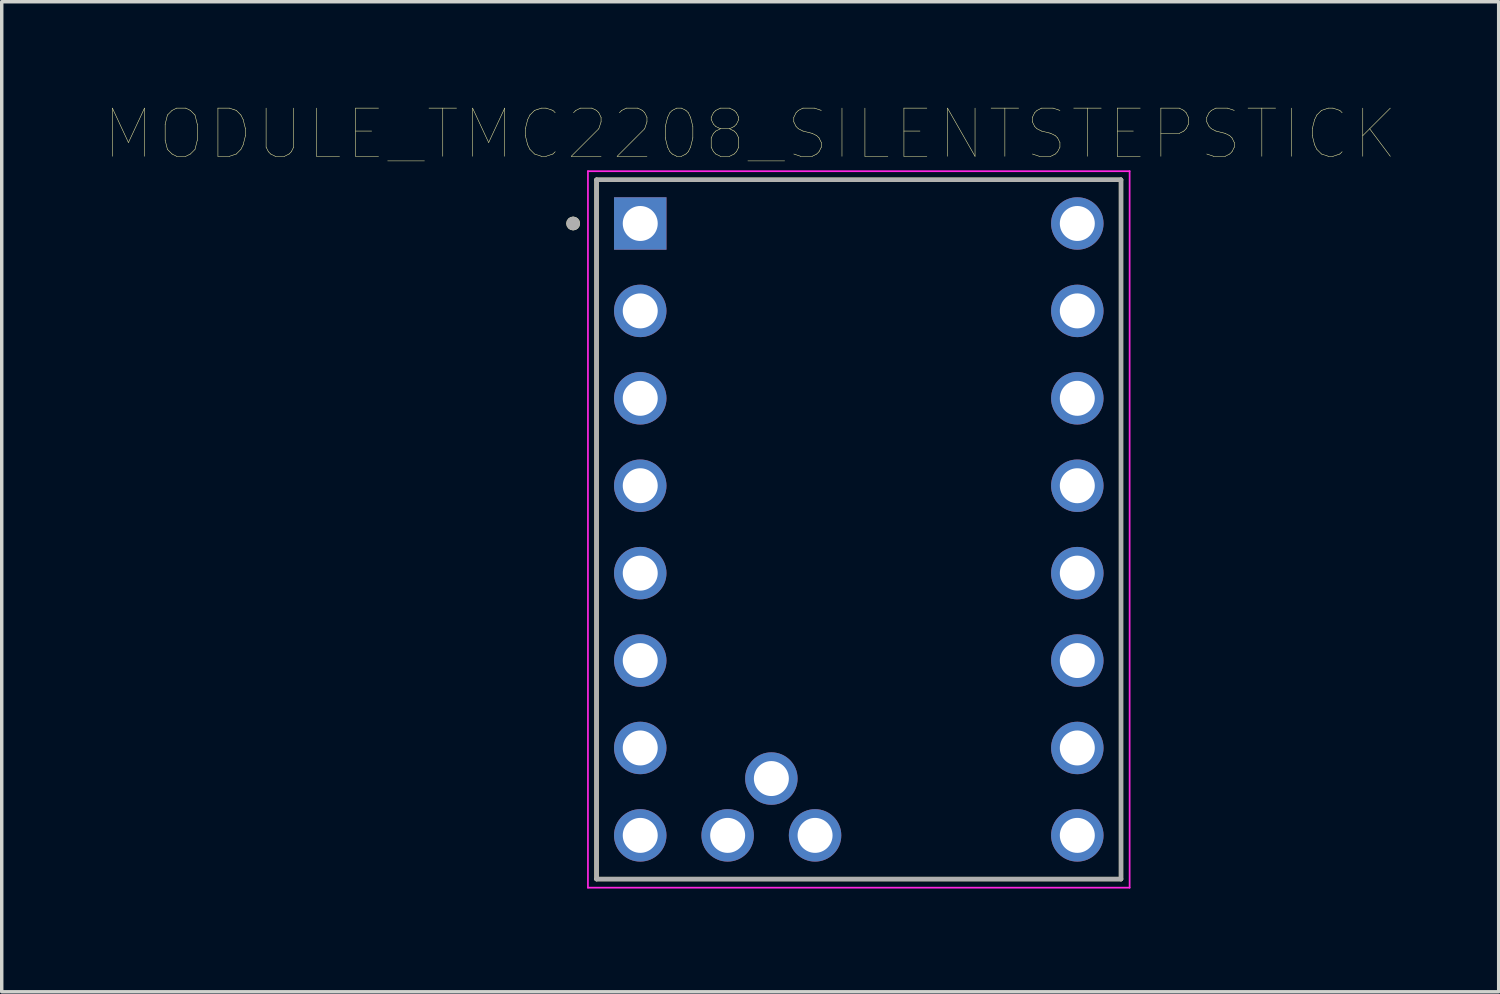
<source format=kicad_pcb>
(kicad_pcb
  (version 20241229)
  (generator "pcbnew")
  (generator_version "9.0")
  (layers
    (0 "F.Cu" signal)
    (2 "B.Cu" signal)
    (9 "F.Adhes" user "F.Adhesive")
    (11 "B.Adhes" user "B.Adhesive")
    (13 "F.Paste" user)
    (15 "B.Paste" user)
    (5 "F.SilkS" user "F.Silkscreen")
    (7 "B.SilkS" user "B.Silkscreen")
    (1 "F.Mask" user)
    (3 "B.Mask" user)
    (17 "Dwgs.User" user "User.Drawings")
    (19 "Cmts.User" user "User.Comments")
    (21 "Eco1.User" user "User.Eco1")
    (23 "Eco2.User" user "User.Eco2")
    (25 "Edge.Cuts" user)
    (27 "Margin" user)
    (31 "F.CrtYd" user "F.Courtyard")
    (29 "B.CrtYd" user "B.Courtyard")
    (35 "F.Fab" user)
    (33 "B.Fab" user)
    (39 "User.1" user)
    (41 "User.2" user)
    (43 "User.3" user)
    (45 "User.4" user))
  (footprint "MODULE_TMC2208_SILENTSTEPSTICK"
    (layer "F.Cu")
    (at 21.904 12.334)
    (property "Reference" "MODULE_TMC2208_SILENTSTEPSTICK" (at -3.155 -11.489 0) (layer "F.SilkS") (effects (font (size 1.4 1.4) (thickness 0.015))))
    (attr through_hole)
    (fp_line (start -7.62 -10.16) (end -7.62 10.16) (stroke (width 0.127) (type solid)) (layer "F.SilkS"))
    (fp_line (start -7.62 10.16) (end 7.62 10.16) (stroke (width 0.127) (type solid)) (layer "F.SilkS"))
    (fp_line (start 7.62 -10.16) (end -7.62 -10.16) (stroke (width 0.127) (type solid)) (layer "F.SilkS"))
    (fp_line (start 7.62 10.16) (end 7.62 -10.16) (stroke (width 0.127) (type solid)) (layer "F.SilkS"))
    (fp_circle (center -8.3 -8.89) (end -8.2 -8.89) (stroke (width 0.2) (type solid)) (fill no) (layer "F.SilkS"))
    (fp_line (start -7.87 -10.41) (end -7.87 10.41) (stroke (width 0.05) (type solid)) (layer "F.CrtYd"))
    (fp_line (start -7.87 -10.41) (end 7.87 -10.41) (stroke (width 0.05) (type solid)) (layer "F.CrtYd"))
    (fp_line (start -7.87 10.41) (end 7.87 10.41) (stroke (width 0.05) (type solid)) (layer "F.CrtYd"))
    (fp_line (start 7.87 -10.41) (end 7.87 10.41) (stroke (width 0.05) (type solid)) (layer "F.CrtYd"))
    (fp_line (start -7.62 -10.16) (end -7.62 10.16) (stroke (width 0.127) (type solid)) (layer "F.Fab"))
    (fp_line (start -7.62 10.16) (end 7.62 10.16) (stroke (width 0.127) (type solid)) (layer "F.Fab"))
    (fp_line (start 7.62 -10.16) (end -7.62 -10.16) (stroke (width 0.127) (type solid)) (layer "F.Fab"))
    (fp_line (start 7.62 10.16) (end 7.62 -10.16) (stroke (width 0.127) (type solid)) (layer "F.Fab"))
    (fp_circle (center -8.3 -8.89) (end -8.2 -8.89) (stroke (width 0.2) (type solid)) (fill no) (layer "F.Fab"))
    (pad "JP1_1" thru_hole rect (at -6.35 -8.89) (size 1.524 1.524) (drill 1.016) (layers "*.Cu" "*.Mask"))
    (pad "JP1_2" thru_hole circle (at -6.35 -6.35) (size 1.524 1.524) (drill 1.016) (layers "*.Cu" "*.Mask"))
    (pad "JP1_3" thru_hole circle (at -6.35 -3.81) (size 1.524 1.524) (drill 1.016) (layers "*.Cu" "*.Mask"))
    (pad "JP1_4" thru_hole circle (at -6.35 -1.27) (size 1.524 1.524) (drill 1.016) (layers "*.Cu" "*.Mask"))
    (pad "JP1_5" thru_hole circle (at -6.35 1.27) (size 1.524 1.524) (drill 1.016) (layers "*.Cu" "*.Mask"))
    (pad "JP1_6" thru_hole circle (at -6.35 3.81) (size 1.524 1.524) (drill 1.016) (layers "*.Cu" "*.Mask"))
    (pad "JP1_7" thru_hole circle (at -6.35 6.35) (size 1.524 1.524) (drill 1.016) (layers "*.Cu" "*.Mask"))
    (pad "JP1_8" thru_hole circle (at -6.35 8.89) (size 1.524 1.524) (drill 1.016) (layers "*.Cu" "*.Mask"))
    (pad "JP2_1" thru_hole circle (at 6.35 8.89) (size 1.524 1.524) (drill 1.016) (layers "*.Cu" "*.Mask"))
    (pad "JP2_2" thru_hole circle (at 6.35 6.35) (size 1.524 1.524) (drill 1.016) (layers "*.Cu" "*.Mask"))
    (pad "JP2_3" thru_hole circle (at 6.35 3.81) (size 1.524 1.524) (drill 1.016) (layers "*.Cu" "*.Mask"))
    (pad "JP2_4" thru_hole circle (at 6.35 1.27) (size 1.524 1.524) (drill 1.016) (layers "*.Cu" "*.Mask"))
    (pad "JP2_5" thru_hole circle (at 6.35 -1.27) (size 1.524 1.524) (drill 1.016) (layers "*.Cu" "*.Mask"))
    (pad "JP2_6" thru_hole circle (at 6.35 -3.81) (size 1.524 1.524) (drill 1.016) (layers "*.Cu" "*.Mask"))
    (pad "JP2_7" thru_hole circle (at 6.35 -6.35) (size 1.524 1.524) (drill 1.016) (layers "*.Cu" "*.Mask"))
    (pad "JP2_8" thru_hole circle (at 6.35 -8.89) (size 1.524 1.524) (drill 1.016) (layers "*.Cu" "*.Mask"))
    (pad "JP3_1" thru_hole circle (at -2.54 7.239) (size 1.524 1.524) (drill 1.016) (layers "*.Cu" "*.Mask"))
    (pad "JP4_1" thru_hole circle (at -1.27 8.89) (size 1.524 1.524) (drill 1.016) (layers "*.Cu" "*.Mask"))
    (pad "JP5_1" thru_hole circle (at -3.81 8.89) (size 1.524 1.524) (drill 1.016) (layers "*.Cu" "*.Mask")))
  (gr_rect
    (start -3 -3)
    (end 40.498 25.769)
    (stroke (width 0.1) (type default))
    (fill no)
    (layer "Edge.Cuts")))
</source>
